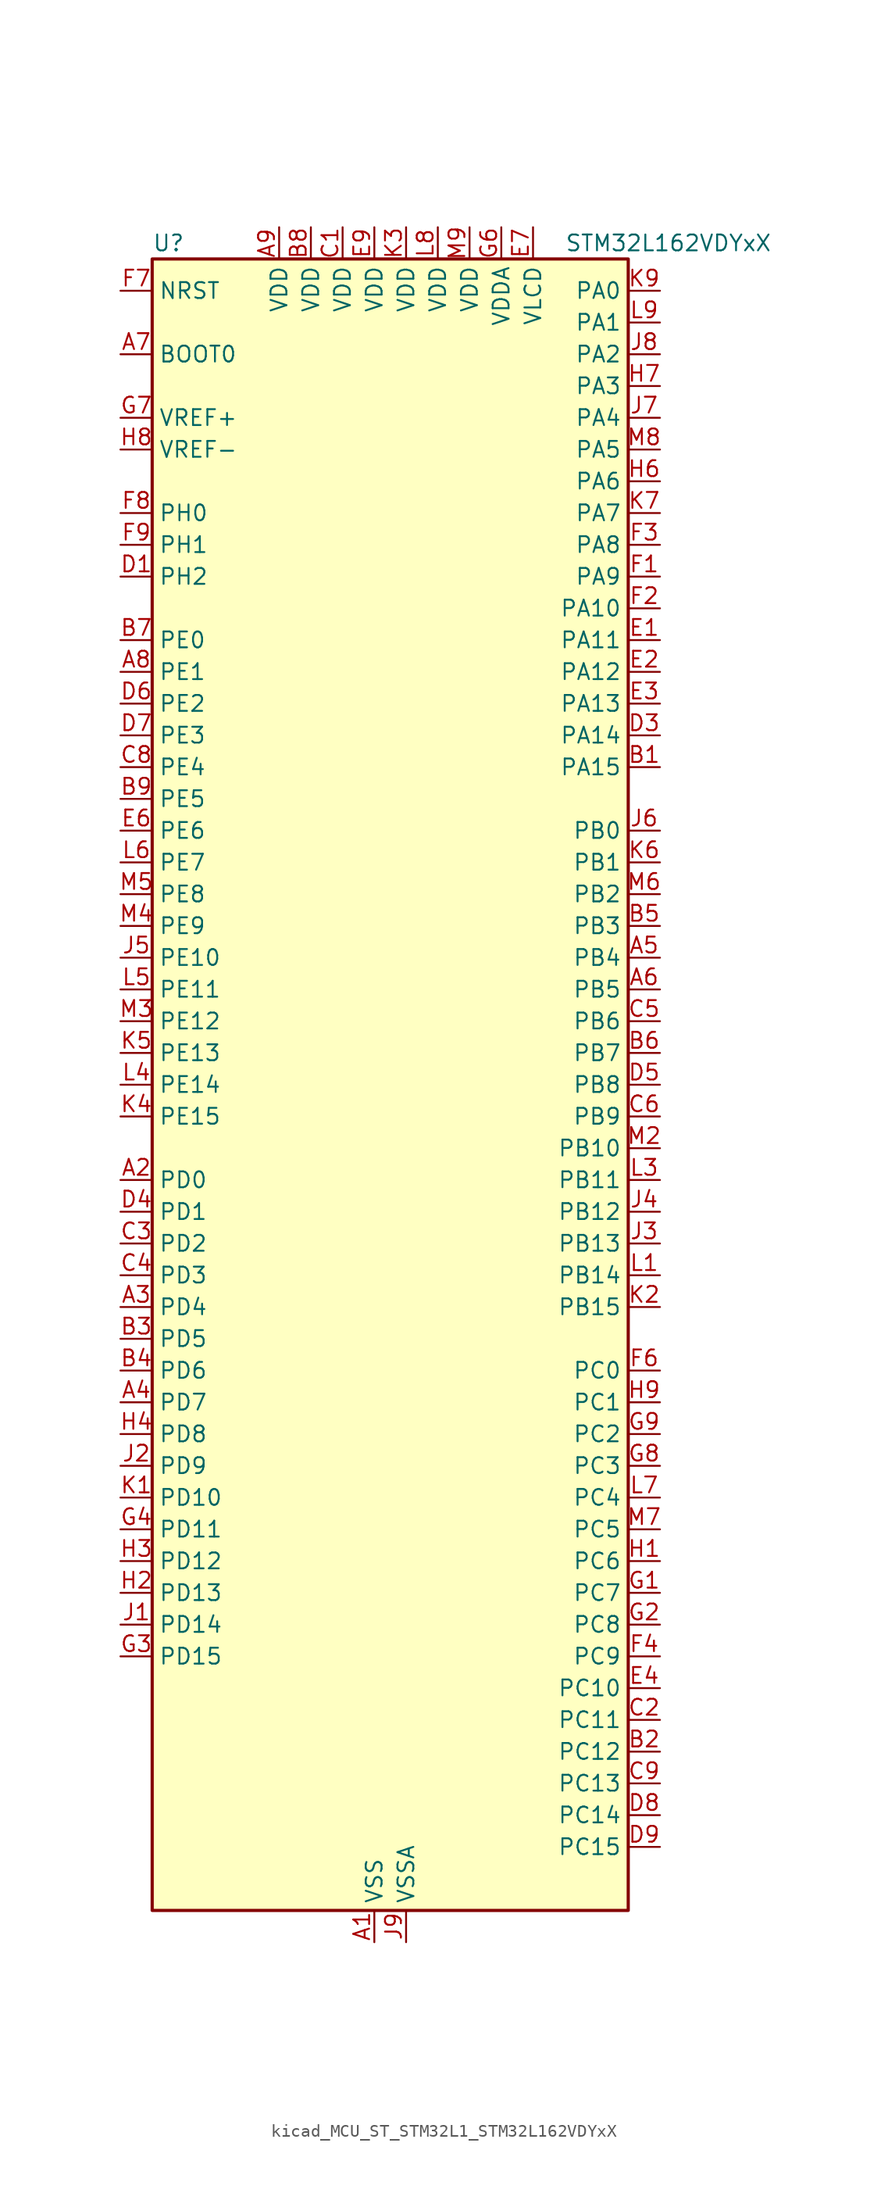
<source format=kicad_sym>
(kicad_symbol_lib
  (version 20220914)
  (generator kicad_symbol_editor)
  (symbol "kicad_MCU_ST_STM32L1_STM32L162VDYxX"
    (property "Reference" "U"
      (at -17.78 67.31 0)
      (effects (font (size 1.27 1.27)) (justify left)))
    (property "Value" "STM32L162VDYxX"
      (at 15.24 67.31 0)
      (effects (font (size 1.27 1.27)) (justify left)))
    (property "ki_locked" ""
      (at 0 0 0)
      (effects (font (size 1.27 1.27))))
    (symbol "kicad_MCU_ST_STM32L1_STM32L162VDYxX_0_1"
      (rectangle (start -17.78 -66.04) (end 20.32 66.04) (stroke (width 0.254) (type default)) (fill (type background))))
    (symbol "kicad_MCU_ST_STM32L1_STM32L162VDYxX_1_1"
      (pin power_in line (at 0 -68.58 90) (length 2.54) (name "VSS" (effects (font (size 1.27 1.27)))) (number "A1" (effects (font (size 1.27 1.27)))))
      (pin bidirectional line (at -20.32 -7.62 0) (length 2.54) (name "PD0" (effects (font (size 1.27 1.27)))) (number "A2" (effects (font (size 1.27 1.27)))) (alternate "I2S2_WS" bidirectional line) (alternate "SPI2_NSS" bidirectional line) (alternate "TIM9_CH1" bidirectional line) (alternate "TIMX_IC1" bidirectional line))
      (pin bidirectional line (at -20.32 -17.78 0) (length 2.54) (name "PD4" (effects (font (size 1.27 1.27)))) (number "A3" (effects (font (size 1.27 1.27)))) (alternate "I2S2_SD" bidirectional line) (alternate "SPI2_MOSI" bidirectional line) (alternate "TIMX_IC1" bidirectional line) (alternate "USART2_RTS" bidirectional line))
      (pin bidirectional line (at -20.32 -25.4 0) (length 2.54) (name "PD7" (effects (font (size 1.27 1.27)))) (number "A4" (effects (font (size 1.27 1.27)))) (alternate "TIM9_CH2" bidirectional line) (alternate "TIMX_IC4" bidirectional line) (alternate "USART2_CK" bidirectional line))
      (pin bidirectional line (at 22.86 10.16 180) (length 2.54) (name "PB4" (effects (font (size 1.27 1.27)))) (number "A5" (effects (font (size 1.27 1.27)))) (alternate "COMP2_INP" bidirectional line) (alternate "LCD_SEG8" bidirectional line) (alternate "SPI1_MISO" bidirectional line) (alternate "SPI3_MISO" bidirectional line) (alternate "SYS_JTRST" bidirectional line) (alternate "TIM3_CH1" bidirectional line) (alternate "TS_G6_IO1" bidirectional line))
      (pin bidirectional line (at 22.86 7.62 180) (length 2.54) (name "PB5" (effects (font (size 1.27 1.27)))) (number "A6" (effects (font (size 1.27 1.27)))) (alternate "COMP2_INP" bidirectional line) (alternate "I2C1_SMBA" bidirectional line) (alternate "I2S3_SD" bidirectional line) (alternate "LCD_SEG9" bidirectional line) (alternate "SPI1_MOSI" bidirectional line) (alternate "SPI3_MOSI" bidirectional line) (alternate "TIM3_CH2" bidirectional line) (alternate "TS_G6_IO2" bidirectional line))
      (pin input line (at -20.32 58.42 0) (length 2.54) (name "BOOT0" (effects (font (size 1.27 1.27)))) (number "A7" (effects (font (size 1.27 1.27)))))
      (pin bidirectional line (at -20.32 33.02 0) (length 2.54) (name "PE1" (effects (font (size 1.27 1.27)))) (number "A8" (effects (font (size 1.27 1.27)))) (alternate "LCD_SEG37" bidirectional line) (alternate "TIM11_CH1" bidirectional line) (alternate "TIMX_IC2" bidirectional line))
      (pin power_in line (at -7.62 68.58 270) (length 2.54) (name "VDD" (effects (font (size 1.27 1.27)))) (number "A9" (effects (font (size 1.27 1.27)))))
      (pin bidirectional line (at 22.86 25.4 180) (length 2.54) (name "PA15" (effects (font (size 1.27 1.27)))) (number "B1" (effects (font (size 1.27 1.27)))) (alternate "ADC_EXTI15" bidirectional line) (alternate "I2S3_WS" bidirectional line) (alternate "LCD_SEG17" bidirectional line) (alternate "SPI1_NSS" bidirectional line) (alternate "SPI3_NSS" bidirectional line) (alternate "SYS_JTDI" bidirectional line) (alternate "TIM2_CH1" bidirectional line) (alternate "TIM2_ETR" bidirectional line) (alternate "TIMX_IC4" bidirectional line) (alternate "TS_G5_IO3" bidirectional line))
      (pin bidirectional line (at 22.86 -53.34 180) (length 2.54) (name "PC12" (effects (font (size 1.27 1.27)))) (number "B2" (effects (font (size 1.27 1.27)))) (alternate "I2S3_SD" bidirectional line) (alternate "LCD_COM6" bidirectional line) (alternate "LCD_SEG30" bidirectional line) (alternate "LCD_SEG42" bidirectional line) (alternate "SPI3_MOSI" bidirectional line) (alternate "TIMX_IC1" bidirectional line) (alternate "UART5_TX" bidirectional line) (alternate "USART3_CK" bidirectional line))
      (pin bidirectional line (at -20.32 -20.32 0) (length 2.54) (name "PD5" (effects (font (size 1.27 1.27)))) (number "B3" (effects (font (size 1.27 1.27)))) (alternate "TIMX_IC2" bidirectional line) (alternate "USART2_TX" bidirectional line))
      (pin bidirectional line (at -20.32 -22.86 0) (length 2.54) (name "PD6" (effects (font (size 1.27 1.27)))) (number "B4" (effects (font (size 1.27 1.27)))) (alternate "TIMX_IC3" bidirectional line) (alternate "USART2_RX" bidirectional line))
      (pin bidirectional line (at 22.86 12.7 180) (length 2.54) (name "PB3" (effects (font (size 1.27 1.27)))) (number "B5" (effects (font (size 1.27 1.27)))) (alternate "COMP2_INM" bidirectional line) (alternate "I2S3_CK" bidirectional line) (alternate "LCD_SEG7" bidirectional line) (alternate "SPI1_SCK" bidirectional line) (alternate "SPI3_SCK" bidirectional line) (alternate "SYS_JTDO-TRACESWO" bidirectional line) (alternate "TIM2_CH2" bidirectional line))
      (pin bidirectional line (at 22.86 2.54 180) (length 2.54) (name "PB7" (effects (font (size 1.27 1.27)))) (number "B6" (effects (font (size 1.27 1.27)))) (alternate "COMP2_INP" bidirectional line) (alternate "I2C1_SDA" bidirectional line) (alternate "SYS_PVD_IN" bidirectional line) (alternate "TIM4_CH2" bidirectional line) (alternate "TS_G6_IO4" bidirectional line) (alternate "USART1_RX" bidirectional line))
      (pin bidirectional line (at -20.32 35.56 0) (length 2.54) (name "PE0" (effects (font (size 1.27 1.27)))) (number "B7" (effects (font (size 1.27 1.27)))) (alternate "LCD_SEG36" bidirectional line) (alternate "TIM10_CH1" bidirectional line) (alternate "TIM4_ETR" bidirectional line) (alternate "TIMX_IC1" bidirectional line))
      (pin power_in line (at -5.08 68.58 270) (length 2.54) (name "VDD" (effects (font (size 1.27 1.27)))) (number "B8" (effects (font (size 1.27 1.27)))))
      (pin bidirectional line (at -20.32 22.86 0) (length 2.54) (name "PE5" (effects (font (size 1.27 1.27)))) (number "B9" (effects (font (size 1.27 1.27)))) (alternate "SYS_TRACED2" bidirectional line) (alternate "TIM9_CH1" bidirectional line) (alternate "TIMX_IC2" bidirectional line))
      (pin power_in line (at -2.54 68.58 270) (length 2.54) (name "VDD" (effects (font (size 1.27 1.27)))) (number "C1" (effects (font (size 1.27 1.27)))))
      (pin bidirectional line (at 22.86 -50.8 180) (length 2.54) (name "PC11" (effects (font (size 1.27 1.27)))) (number "C2" (effects (font (size 1.27 1.27)))) (alternate "ADC_EXTI11" bidirectional line) (alternate "LCD_COM5" bidirectional line) (alternate "LCD_SEG29" bidirectional line) (alternate "LCD_SEG41" bidirectional line) (alternate "SPI3_MISO" bidirectional line) (alternate "TIMX_IC4" bidirectional line) (alternate "UART4_RX" bidirectional line) (alternate "USART3_RX" bidirectional line))
      (pin bidirectional line (at -20.32 -12.7 0) (length 2.54) (name "PD2" (effects (font (size 1.27 1.27)))) (number "C3" (effects (font (size 1.27 1.27)))) (alternate "LCD_COM7" bidirectional line) (alternate "LCD_SEG31" bidirectional line) (alternate "LCD_SEG43" bidirectional line) (alternate "TIM3_ETR" bidirectional line) (alternate "TIMX_IC3" bidirectional line) (alternate "UART5_RX" bidirectional line))
      (pin bidirectional line (at -20.32 -15.24 0) (length 2.54) (name "PD3" (effects (font (size 1.27 1.27)))) (number "C4" (effects (font (size 1.27 1.27)))) (alternate "SPI2_MISO" bidirectional line) (alternate "TIMX_IC4" bidirectional line) (alternate "USART2_CTS" bidirectional line))
      (pin bidirectional line (at 22.86 5.08 180) (length 2.54) (name "PB6" (effects (font (size 1.27 1.27)))) (number "C5" (effects (font (size 1.27 1.27)))) (alternate "COMP2_INP" bidirectional line) (alternate "I2C1_SCL" bidirectional line) (alternate "TIM4_CH1" bidirectional line) (alternate "TS_G6_IO3" bidirectional line) (alternate "USART1_TX" bidirectional line))
      (pin bidirectional line (at 22.86 -2.54 180) (length 2.54) (name "PB9" (effects (font (size 1.27 1.27)))) (number "C6" (effects (font (size 1.27 1.27)))) (alternate "DAC_EXTI9" bidirectional line) (alternate "I2C1_SDA" bidirectional line) (alternate "LCD_COM3" bidirectional line) (alternate "TIM11_CH1" bidirectional line) (alternate "TIM4_CH4" bidirectional line))
      (pin passive line (at 0 -68.58 90) (length 2.54) hide (name "VSS" (effects (font (size 1.27 1.27)))) (number "C7" (effects (font (size 1.27 1.27)))))
      (pin bidirectional line (at -20.32 25.4 0) (length 2.54) (name "PE4" (effects (font (size 1.27 1.27)))) (number "C8" (effects (font (size 1.27 1.27)))) (alternate "SYS_TRACED1" bidirectional line) (alternate "TIM3_CH2" bidirectional line) (alternate "TIMX_IC1" bidirectional line))
      (pin bidirectional line (at 22.86 -55.88 180) (length 2.54) (name "PC13" (effects (font (size 1.27 1.27)))) (number "C9" (effects (font (size 1.27 1.27)))) (alternate "RTC_OUT_ALARM" bidirectional line) (alternate "RTC_OUT_CALIB" bidirectional line) (alternate "RTC_TAMP1" bidirectional line) (alternate "RTC_TS" bidirectional line) (alternate "SYS_WKUP2" bidirectional line) (alternate "TIMX_IC2" bidirectional line))
      (pin bidirectional line (at -20.32 40.64 0) (length 2.54) (name "PH2" (effects (font (size 1.27 1.27)))) (number "D1" (effects (font (size 1.27 1.27)))))
      (pin passive line (at 0 -68.58 90) (length 2.54) hide (name "VSS" (effects (font (size 1.27 1.27)))) (number "D2" (effects (font (size 1.27 1.27)))))
      (pin bidirectional line (at 22.86 27.94 180) (length 2.54) (name "PA14" (effects (font (size 1.27 1.27)))) (number "D3" (effects (font (size 1.27 1.27)))) (alternate "SYS_JTCK-SWCLK" bidirectional line) (alternate "TIMX_IC3" bidirectional line) (alternate "TS_G5_IO2" bidirectional line))
      (pin bidirectional line (at -20.32 -10.16 0) (length 2.54) (name "PD1" (effects (font (size 1.27 1.27)))) (number "D4" (effects (font (size 1.27 1.27)))) (alternate "I2S2_CK" bidirectional line) (alternate "SPI2_SCK" bidirectional line) (alternate "TIMX_IC2" bidirectional line))
      (pin bidirectional line (at 22.86 0 180) (length 2.54) (name "PB8" (effects (font (size 1.27 1.27)))) (number "D5" (effects (font (size 1.27 1.27)))) (alternate "I2C1_SCL" bidirectional line) (alternate "LCD_SEG16" bidirectional line) (alternate "TIM10_CH1" bidirectional line) (alternate "TIM4_CH3" bidirectional line))
      (pin bidirectional line (at -20.32 30.48 0) (length 2.54) (name "PE2" (effects (font (size 1.27 1.27)))) (number "D6" (effects (font (size 1.27 1.27)))) (alternate "LCD_SEG38" bidirectional line) (alternate "SYS_TRACECK" bidirectional line) (alternate "TIM3_ETR" bidirectional line) (alternate "TIMX_IC3" bidirectional line))
      (pin bidirectional line (at -20.32 27.94 0) (length 2.54) (name "PE3" (effects (font (size 1.27 1.27)))) (number "D7" (effects (font (size 1.27 1.27)))) (alternate "LCD_SEG39" bidirectional line) (alternate "SYS_TRACED0" bidirectional line) (alternate "TIM3_CH1" bidirectional line) (alternate "TIMX_IC4" bidirectional line))
      (pin bidirectional line (at 22.86 -58.42 180) (length 2.54) (name "PC14" (effects (font (size 1.27 1.27)))) (number "D8" (effects (font (size 1.27 1.27)))) (alternate "RCC_OSC32_IN" bidirectional line) (alternate "TIMX_IC3" bidirectional line))
      (pin bidirectional line (at 22.86 -60.96 180) (length 2.54) (name "PC15" (effects (font (size 1.27 1.27)))) (number "D9" (effects (font (size 1.27 1.27)))) (alternate "ADC_EXTI15" bidirectional line) (alternate "RCC_OSC32_OUT" bidirectional line) (alternate "TIMX_IC4" bidirectional line))
      (pin bidirectional line (at 22.86 35.56 180) (length 2.54) (name "PA11" (effects (font (size 1.27 1.27)))) (number "E1" (effects (font (size 1.27 1.27)))) (alternate "ADC_EXTI11" bidirectional line) (alternate "SPI1_MISO" bidirectional line) (alternate "TIMX_IC4" bidirectional line) (alternate "USART1_CTS" bidirectional line) (alternate "USB_DM" bidirectional line))
      (pin bidirectional line (at 22.86 33.02 180) (length 2.54) (name "PA12" (effects (font (size 1.27 1.27)))) (number "E2" (effects (font (size 1.27 1.27)))) (alternate "SPI1_MOSI" bidirectional line) (alternate "TIMX_IC1" bidirectional line) (alternate "USART1_RTS" bidirectional line) (alternate "USB_DP" bidirectional line))
      (pin bidirectional line (at 22.86 30.48 180) (length 2.54) (name "PA13" (effects (font (size 1.27 1.27)))) (number "E3" (effects (font (size 1.27 1.27)))) (alternate "SYS_JTMS-SWDIO" bidirectional line) (alternate "TIMX_IC2" bidirectional line) (alternate "TS_G5_IO1" bidirectional line))
      (pin bidirectional line (at 22.86 -48.26 180) (length 2.54) (name "PC10" (effects (font (size 1.27 1.27)))) (number "E4" (effects (font (size 1.27 1.27)))) (alternate "I2S3_CK" bidirectional line) (alternate "LCD_COM4" bidirectional line) (alternate "LCD_SEG28" bidirectional line) (alternate "LCD_SEG40" bidirectional line) (alternate "SPI3_SCK" bidirectional line) (alternate "TIMX_IC3" bidirectional line) (alternate "UART4_TX" bidirectional line) (alternate "USART3_TX" bidirectional line))
      (pin bidirectional line (at -20.32 20.32 0) (length 2.54) (name "PE6" (effects (font (size 1.27 1.27)))) (number "E6" (effects (font (size 1.27 1.27)))) (alternate "RTC_TAMP3" bidirectional line) (alternate "SYS_TRACED3" bidirectional line) (alternate "SYS_WKUP3" bidirectional line) (alternate "TIM9_CH2" bidirectional line) (alternate "TIMX_IC3" bidirectional line))
      (pin power_in line (at 12.7 68.58 270) (length 2.54) (name "VLCD" (effects (font (size 1.27 1.27)))) (number "E7" (effects (font (size 1.27 1.27)))))
      (pin passive line (at 0 -68.58 90) (length 2.54) hide (name "VSS" (effects (font (size 1.27 1.27)))) (number "E8" (effects (font (size 1.27 1.27)))))
      (pin power_in line (at 0 68.58 270) (length 2.54) (name "VDD" (effects (font (size 1.27 1.27)))) (number "E9" (effects (font (size 1.27 1.27)))))
      (pin bidirectional line (at 22.86 40.64 180) (length 2.54) (name "PA9" (effects (font (size 1.27 1.27)))) (number "F1" (effects (font (size 1.27 1.27)))) (alternate "DAC_EXTI9" bidirectional line) (alternate "LCD_COM1" bidirectional line) (alternate "TIMX_IC2" bidirectional line) (alternate "TS_G4_IO2" bidirectional line) (alternate "USART1_TX" bidirectional line))
      (pin bidirectional line (at 22.86 38.1 180) (length 2.54) (name "PA10" (effects (font (size 1.27 1.27)))) (number "F2" (effects (font (size 1.27 1.27)))) (alternate "LCD_COM2" bidirectional line) (alternate "TIMX_IC3" bidirectional line) (alternate "TS_G4_IO3" bidirectional line) (alternate "USART1_RX" bidirectional line))
      (pin bidirectional line (at 22.86 43.18 180) (length 2.54) (name "PA8" (effects (font (size 1.27 1.27)))) (number "F3" (effects (font (size 1.27 1.27)))) (alternate "LCD_COM0" bidirectional line) (alternate "RCC_MCO" bidirectional line) (alternate "TIMX_IC1" bidirectional line) (alternate "TS_G4_IO1" bidirectional line) (alternate "USART1_CK" bidirectional line))
      (pin bidirectional line (at 22.86 -45.72 180) (length 2.54) (name "PC9" (effects (font (size 1.27 1.27)))) (number "F4" (effects (font (size 1.27 1.27)))) (alternate "DAC_EXTI9" bidirectional line) (alternate "LCD_SEG27" bidirectional line) (alternate "TIM3_CH4" bidirectional line) (alternate "TIMX_IC2" bidirectional line) (alternate "TS_G10_IO4" bidirectional line))
      (pin bidirectional line (at 22.86 -22.86 180) (length 2.54) (name "PC0" (effects (font (size 1.27 1.27)))) (number "F6" (effects (font (size 1.27 1.27)))) (alternate "ADC_IN10" bidirectional line) (alternate "COMP1_INP" bidirectional line) (alternate "LCD_SEG18" bidirectional line) (alternate "TIMX_IC1" bidirectional line) (alternate "TS_G8_IO1" bidirectional line))
      (pin input line (at -20.32 63.5 0) (length 2.54) (name "NRST" (effects (font (size 1.27 1.27)))) (number "F7" (effects (font (size 1.27 1.27)))))
      (pin bidirectional line (at -20.32 45.72 0) (length 2.54) (name "PH0" (effects (font (size 1.27 1.27)))) (number "F8" (effects (font (size 1.27 1.27)))) (alternate "RCC_OSC_IN" bidirectional line))
      (pin bidirectional line (at -20.32 43.18 0) (length 2.54) (name "PH1" (effects (font (size 1.27 1.27)))) (number "F9" (effects (font (size 1.27 1.27)))) (alternate "RCC_OSC_OUT" bidirectional line))
      (pin bidirectional line (at 22.86 -40.64 180) (length 2.54) (name "PC7" (effects (font (size 1.27 1.27)))) (number "G1" (effects (font (size 1.27 1.27)))) (alternate "I2S3_MCK" bidirectional line) (alternate "LCD_SEG25" bidirectional line) (alternate "TIM3_CH2" bidirectional line) (alternate "TIMX_IC4" bidirectional line) (alternate "TS_G10_IO2" bidirectional line))
      (pin bidirectional line (at 22.86 -43.18 180) (length 2.54) (name "PC8" (effects (font (size 1.27 1.27)))) (number "G2" (effects (font (size 1.27 1.27)))) (alternate "LCD_SEG26" bidirectional line) (alternate "TIM3_CH3" bidirectional line) (alternate "TIMX_IC1" bidirectional line) (alternate "TS_G10_IO3" bidirectional line))
      (pin bidirectional line (at -20.32 -45.72 0) (length 2.54) (name "PD15" (effects (font (size 1.27 1.27)))) (number "G3" (effects (font (size 1.27 1.27)))) (alternate "ADC_EXTI15" bidirectional line) (alternate "LCD_SEG35" bidirectional line) (alternate "TIM4_CH4" bidirectional line) (alternate "TIMX_IC4" bidirectional line))
      (pin bidirectional line (at -20.32 -35.56 0) (length 2.54) (name "PD11" (effects (font (size 1.27 1.27)))) (number "G4" (effects (font (size 1.27 1.27)))) (alternate "ADC_EXTI11" bidirectional line) (alternate "LCD_SEG31" bidirectional line) (alternate "TIMX_IC4" bidirectional line) (alternate "USART3_CTS" bidirectional line))
      (pin power_in line (at 10.16 68.58 270) (length 2.54) (name "VDDA" (effects (font (size 1.27 1.27)))) (number "G6" (effects (font (size 1.27 1.27)))))
      (pin input line (at -20.32 53.34 0) (length 2.54) (name "VREF+" (effects (font (size 1.27 1.27)))) (number "G7" (effects (font (size 1.27 1.27)))))
      (pin bidirectional line (at 22.86 -30.48 180) (length 2.54) (name "PC3" (effects (font (size 1.27 1.27)))) (number "G8" (effects (font (size 1.27 1.27)))) (alternate "ADC_IN13" bidirectional line) (alternate "COMP1_INP" bidirectional line) (alternate "LCD_SEG21" bidirectional line) (alternate "TIMX_IC4" bidirectional line) (alternate "TS_G8_IO4" bidirectional line))
      (pin bidirectional line (at 22.86 -27.94 180) (length 2.54) (name "PC2" (effects (font (size 1.27 1.27)))) (number "G9" (effects (font (size 1.27 1.27)))) (alternate "ADC_IN12" bidirectional line) (alternate "COMP1_INP" bidirectional line) (alternate "LCD_SEG20" bidirectional line) (alternate "TIMX_IC3" bidirectional line) (alternate "TS_G8_IO3" bidirectional line))
      (pin bidirectional line (at 22.86 -38.1 180) (length 2.54) (name "PC6" (effects (font (size 1.27 1.27)))) (number "H1" (effects (font (size 1.27 1.27)))) (alternate "I2S2_MCK" bidirectional line) (alternate "LCD_SEG24" bidirectional line) (alternate "TIM3_CH1" bidirectional line) (alternate "TIMX_IC3" bidirectional line) (alternate "TS_G10_IO1" bidirectional line))
      (pin bidirectional line (at -20.32 -40.64 0) (length 2.54) (name "PD13" (effects (font (size 1.27 1.27)))) (number "H2" (effects (font (size 1.27 1.27)))) (alternate "LCD_SEG33" bidirectional line) (alternate "TIM4_CH2" bidirectional line) (alternate "TIMX_IC2" bidirectional line))
      (pin bidirectional line (at -20.32 -38.1 0) (length 2.54) (name "PD12" (effects (font (size 1.27 1.27)))) (number "H3" (effects (font (size 1.27 1.27)))) (alternate "LCD_SEG32" bidirectional line) (alternate "TIM4_CH1" bidirectional line) (alternate "TIMX_IC1" bidirectional line) (alternate "USART3_RTS" bidirectional line))
      (pin bidirectional line (at -20.32 -27.94 0) (length 2.54) (name "PD8" (effects (font (size 1.27 1.27)))) (number "H4" (effects (font (size 1.27 1.27)))) (alternate "LCD_SEG28" bidirectional line) (alternate "TIMX_IC1" bidirectional line) (alternate "USART3_TX" bidirectional line))
      (pin bidirectional line (at 22.86 48.26 180) (length 2.54) (name "PA6" (effects (font (size 1.27 1.27)))) (number "H6" (effects (font (size 1.27 1.27)))) (alternate "ADC_IN6" bidirectional line) (alternate "COMP1_INP" bidirectional line) (alternate "LCD_SEG3" bidirectional line) (alternate "OPAMP2_VINP" bidirectional line) (alternate "SPI1_MISO" bidirectional line) (alternate "TIM10_CH1" bidirectional line) (alternate "TIM3_CH1" bidirectional line) (alternate "TIMX_IC3" bidirectional line) (alternate "TS_G2_IO1" bidirectional line))
      (pin bidirectional line (at 22.86 55.88 180) (length 2.54) (name "PA3" (effects (font (size 1.27 1.27)))) (number "H7" (effects (font (size 1.27 1.27)))) (alternate "ADC_IN3" bidirectional line) (alternate "COMP1_INP" bidirectional line) (alternate "LCD_SEG2" bidirectional line) (alternate "OPAMP1_VOUT" bidirectional line) (alternate "TIM2_CH4" bidirectional line) (alternate "TIM5_CH4" bidirectional line) (alternate "TIM9_CH2" bidirectional line) (alternate "TIMX_IC4" bidirectional line) (alternate "TS_G1_IO4" bidirectional line) (alternate "USART2_RX" bidirectional line))
      (pin input line (at -20.32 50.8 0) (length 2.54) (name "VREF-" (effects (font (size 1.27 1.27)))) (number "H8" (effects (font (size 1.27 1.27)))))
      (pin bidirectional line (at 22.86 -25.4 180) (length 2.54) (name "PC1" (effects (font (size 1.27 1.27)))) (number "H9" (effects (font (size 1.27 1.27)))) (alternate "ADC_IN11" bidirectional line) (alternate "COMP1_INP" bidirectional line) (alternate "LCD_SEG19" bidirectional line) (alternate "TIMX_IC2" bidirectional line) (alternate "TS_G8_IO2" bidirectional line))
      (pin bidirectional line (at -20.32 -43.18 0) (length 2.54) (name "PD14" (effects (font (size 1.27 1.27)))) (number "J1" (effects (font (size 1.27 1.27)))) (alternate "LCD_SEG34" bidirectional line) (alternate "TIM4_CH3" bidirectional line) (alternate "TIMX_IC3" bidirectional line))
      (pin bidirectional line (at -20.32 -30.48 0) (length 2.54) (name "PD9" (effects (font (size 1.27 1.27)))) (number "J2" (effects (font (size 1.27 1.27)))) (alternate "DAC_EXTI9" bidirectional line) (alternate "LCD_SEG29" bidirectional line) (alternate "TIMX_IC2" bidirectional line) (alternate "USART3_RX" bidirectional line))
      (pin bidirectional line (at 22.86 -12.7 180) (length 2.54) (name "PB13" (effects (font (size 1.27 1.27)))) (number "J3" (effects (font (size 1.27 1.27)))) (alternate "ADC_IN19" bidirectional line) (alternate "COMP1_INP" bidirectional line) (alternate "I2S2_CK" bidirectional line) (alternate "LCD_SEG13" bidirectional line) (alternate "SPI2_SCK" bidirectional line) (alternate "TIM9_CH1" bidirectional line) (alternate "TS_G7_IO2" bidirectional line) (alternate "USART3_CTS" bidirectional line))
      (pin bidirectional line (at 22.86 -10.16 180) (length 2.54) (name "PB12" (effects (font (size 1.27 1.27)))) (number "J4" (effects (font (size 1.27 1.27)))) (alternate "ADC_IN18" bidirectional line) (alternate "COMP1_INP" bidirectional line) (alternate "I2C2_SMBA" bidirectional line) (alternate "I2S2_WS" bidirectional line) (alternate "LCD_SEG12" bidirectional line) (alternate "SPI2_NSS" bidirectional line) (alternate "TIM10_CH1" bidirectional line) (alternate "TS_G7_IO1" bidirectional line) (alternate "USART3_CK" bidirectional line))
      (pin bidirectional line (at -20.32 10.16 0) (length 2.54) (name "PE10" (effects (font (size 1.27 1.27)))) (number "J5" (effects (font (size 1.27 1.27)))) (alternate "ADC_IN25" bidirectional line) (alternate "COMP1_INP" bidirectional line) (alternate "TIM2_CH2" bidirectional line) (alternate "TIMX_IC3" bidirectional line))
      (pin bidirectional line (at 22.86 20.32 180) (length 2.54) (name "PB0" (effects (font (size 1.27 1.27)))) (number "J6" (effects (font (size 1.27 1.27)))) (alternate "ADC_IN8" bidirectional line) (alternate "COMP1_INP" bidirectional line) (alternate "LCD_SEG5" bidirectional line) (alternate "OPAMP2_VOUT" bidirectional line) (alternate "SYS_V_REF_OUT" bidirectional line) (alternate "TIM3_CH3" bidirectional line) (alternate "TS_G3_IO1" bidirectional line))
      (pin bidirectional line (at 22.86 53.34 180) (length 2.54) (name "PA4" (effects (font (size 1.27 1.27)))) (number "J7" (effects (font (size 1.27 1.27)))) (alternate "ADC_IN4" bidirectional line) (alternate "COMP1_INP" bidirectional line) (alternate "DAC_OUT1" bidirectional line) (alternate "I2S3_WS" bidirectional line) (alternate "SPI1_NSS" bidirectional line) (alternate "SPI3_NSS" bidirectional line) (alternate "TIMX_IC1" bidirectional line) (alternate "USART2_CK" bidirectional line))
      (pin bidirectional line (at 22.86 58.42 180) (length 2.54) (name "PA2" (effects (font (size 1.27 1.27)))) (number "J8" (effects (font (size 1.27 1.27)))) (alternate "ADC_IN2" bidirectional line) (alternate "COMP1_INP" bidirectional line) (alternate "LCD_SEG1" bidirectional line) (alternate "OPAMP1_VINM" bidirectional line) (alternate "TIM2_CH3" bidirectional line) (alternate "TIM5_CH3" bidirectional line) (alternate "TIM9_CH1" bidirectional line) (alternate "TIMX_IC3" bidirectional line) (alternate "TS_G1_IO3" bidirectional line) (alternate "USART2_TX" bidirectional line))
      (pin power_in line (at 2.54 -68.58 90) (length 2.54) (name "VSSA" (effects (font (size 1.27 1.27)))) (number "J9" (effects (font (size 1.27 1.27)))))
      (pin bidirectional line (at -20.32 -33.02 0) (length 2.54) (name "PD10" (effects (font (size 1.27 1.27)))) (number "K1" (effects (font (size 1.27 1.27)))) (alternate "LCD_SEG30" bidirectional line) (alternate "TIMX_IC3" bidirectional line) (alternate "USART3_CK" bidirectional line))
      (pin bidirectional line (at 22.86 -17.78 180) (length 2.54) (name "PB15" (effects (font (size 1.27 1.27)))) (number "K2" (effects (font (size 1.27 1.27)))) (alternate "ADC_EXTI15" bidirectional line) (alternate "ADC_IN21" bidirectional line) (alternate "COMP1_INP" bidirectional line) (alternate "I2S2_SD" bidirectional line) (alternate "LCD_SEG15" bidirectional line) (alternate "RTC_REFIN" bidirectional line) (alternate "SPI2_MOSI" bidirectional line) (alternate "TIM11_CH1" bidirectional line) (alternate "TS_G7_IO4" bidirectional line))
      (pin power_in line (at 2.54 68.58 270) (length 2.54) (name "VDD" (effects (font (size 1.27 1.27)))) (number "K3" (effects (font (size 1.27 1.27)))))
      (pin bidirectional line (at -20.32 -2.54 0) (length 2.54) (name "PE15" (effects (font (size 1.27 1.27)))) (number "K4" (effects (font (size 1.27 1.27)))) (alternate "ADC_EXTI15" bidirectional line) (alternate "SPI1_MOSI" bidirectional line) (alternate "TIMX_IC4" bidirectional line))
      (pin bidirectional line (at -20.32 2.54 0) (length 2.54) (name "PE13" (effects (font (size 1.27 1.27)))) (number "K5" (effects (font (size 1.27 1.27)))) (alternate "SPI1_SCK" bidirectional line) (alternate "TIMX_IC2" bidirectional line))
      (pin bidirectional line (at 22.86 17.78 180) (length 2.54) (name "PB1" (effects (font (size 1.27 1.27)))) (number "K6" (effects (font (size 1.27 1.27)))) (alternate "ADC_IN9" bidirectional line) (alternate "COMP1_INP" bidirectional line) (alternate "LCD_SEG6" bidirectional line) (alternate "SYS_V_REF_OUT" bidirectional line) (alternate "TIM3_CH4" bidirectional line) (alternate "TS_G3_IO2" bidirectional line))
      (pin bidirectional line (at 22.86 45.72 180) (length 2.54) (name "PA7" (effects (font (size 1.27 1.27)))) (number "K7" (effects (font (size 1.27 1.27)))) (alternate "ADC_IN7" bidirectional line) (alternate "COMP1_INP" bidirectional line) (alternate "LCD_SEG4" bidirectional line) (alternate "OPAMP2_VINM" bidirectional line) (alternate "SPI1_MOSI" bidirectional line) (alternate "TIM11_CH1" bidirectional line) (alternate "TIM3_CH2" bidirectional line) (alternate "TIMX_IC4" bidirectional line) (alternate "TS_G2_IO2" bidirectional line))
      (pin passive line (at 0 -68.58 90) (length 2.54) hide (name "VSS" (effects (font (size 1.27 1.27)))) (number "K8" (effects (font (size 1.27 1.27)))))
      (pin bidirectional line (at 22.86 63.5 180) (length 2.54) (name "PA0" (effects (font (size 1.27 1.27)))) (number "K9" (effects (font (size 1.27 1.27)))) (alternate "ADC_IN0" bidirectional line) (alternate "COMP1_INP" bidirectional line) (alternate "RTC_TAMP2" bidirectional line) (alternate "SYS_WKUP1" bidirectional line) (alternate "TIM2_CH1" bidirectional line) (alternate "TIM2_ETR" bidirectional line) (alternate "TIM5_CH1" bidirectional line) (alternate "TIMX_IC1" bidirectional line) (alternate "TS_G1_IO1" bidirectional line) (alternate "USART2_CTS" bidirectional line))
      (pin bidirectional line (at 22.86 -15.24 180) (length 2.54) (name "PB14" (effects (font (size 1.27 1.27)))) (number "L1" (effects (font (size 1.27 1.27)))) (alternate "ADC_IN20" bidirectional line) (alternate "COMP1_INP" bidirectional line) (alternate "LCD_SEG14" bidirectional line) (alternate "SPI2_MISO" bidirectional line) (alternate "TIM9_CH2" bidirectional line) (alternate "TS_G7_IO3" bidirectional line) (alternate "USART3_RTS" bidirectional line))
      (pin passive line (at 0 -68.58 90) (length 2.54) hide (name "VSS" (effects (font (size 1.27 1.27)))) (number "L2" (effects (font (size 1.27 1.27)))))
      (pin bidirectional line (at 22.86 -7.62 180) (length 2.54) (name "PB11" (effects (font (size 1.27 1.27)))) (number "L3" (effects (font (size 1.27 1.27)))) (alternate "ADC_EXTI11" bidirectional line) (alternate "I2C2_SDA" bidirectional line) (alternate "LCD_SEG11" bidirectional line) (alternate "TIM2_CH4" bidirectional line) (alternate "USART3_RX" bidirectional line))
      (pin bidirectional line (at -20.32 0 0) (length 2.54) (name "PE14" (effects (font (size 1.27 1.27)))) (number "L4" (effects (font (size 1.27 1.27)))) (alternate "SPI1_MISO" bidirectional line) (alternate "TIMX_IC3" bidirectional line))
      (pin bidirectional line (at -20.32 7.62 0) (length 2.54) (name "PE11" (effects (font (size 1.27 1.27)))) (number "L5" (effects (font (size 1.27 1.27)))) (alternate "ADC_EXTI11" bidirectional line) (alternate "TIM2_CH3" bidirectional line) (alternate "TIMX_IC4" bidirectional line))
      (pin bidirectional line (at -20.32 17.78 0) (length 2.54) (name "PE7" (effects (font (size 1.27 1.27)))) (number "L6" (effects (font (size 1.27 1.27)))) (alternate "ADC_IN22" bidirectional line) (alternate "COMP1_INP" bidirectional line) (alternate "TIMX_IC4" bidirectional line))
      (pin bidirectional line (at 22.86 -33.02 180) (length 2.54) (name "PC4" (effects (font (size 1.27 1.27)))) (number "L7" (effects (font (size 1.27 1.27)))) (alternate "ADC_IN14" bidirectional line) (alternate "COMP1_INP" bidirectional line) (alternate "LCD_SEG22" bidirectional line) (alternate "TIMX_IC1" bidirectional line) (alternate "TS_G9_IO1" bidirectional line))
      (pin power_in line (at 5.08 68.58 270) (length 2.54) (name "VDD" (effects (font (size 1.27 1.27)))) (number "L8" (effects (font (size 1.27 1.27)))))
      (pin bidirectional line (at 22.86 60.96 180) (length 2.54) (name "PA1" (effects (font (size 1.27 1.27)))) (number "L9" (effects (font (size 1.27 1.27)))) (alternate "ADC_IN1" bidirectional line) (alternate "COMP1_INP" bidirectional line) (alternate "LCD_SEG0" bidirectional line) (alternate "OPAMP1_VINP" bidirectional line) (alternate "TIM2_CH2" bidirectional line) (alternate "TIM5_CH2" bidirectional line) (alternate "TIMX_IC2" bidirectional line) (alternate "TS_G1_IO2" bidirectional line) (alternate "USART2_RTS" bidirectional line))
      (pin passive line (at 0 -68.58 90) (length 2.54) hide (name "VSS" (effects (font (size 1.27 1.27)))) (number "M1" (effects (font (size 1.27 1.27)))))
      (pin bidirectional line (at 22.86 -5.08 180) (length 2.54) (name "PB10" (effects (font (size 1.27 1.27)))) (number "M2" (effects (font (size 1.27 1.27)))) (alternate "I2C2_SCL" bidirectional line) (alternate "LCD_SEG10" bidirectional line) (alternate "TIM2_CH3" bidirectional line) (alternate "USART3_TX" bidirectional line))
      (pin bidirectional line (at -20.32 5.08 0) (length 2.54) (name "PE12" (effects (font (size 1.27 1.27)))) (number "M3" (effects (font (size 1.27 1.27)))) (alternate "SPI1_NSS" bidirectional line) (alternate "TIM2_CH4" bidirectional line) (alternate "TIMX_IC1" bidirectional line))
      (pin bidirectional line (at -20.32 12.7 0) (length 2.54) (name "PE9" (effects (font (size 1.27 1.27)))) (number "M4" (effects (font (size 1.27 1.27)))) (alternate "ADC_IN24" bidirectional line) (alternate "COMP1_INP" bidirectional line) (alternate "DAC_EXTI9" bidirectional line) (alternate "TIM2_CH1" bidirectional line) (alternate "TIM2_ETR" bidirectional line) (alternate "TIMX_IC2" bidirectional line))
      (pin bidirectional line (at -20.32 15.24 0) (length 2.54) (name "PE8" (effects (font (size 1.27 1.27)))) (number "M5" (effects (font (size 1.27 1.27)))) (alternate "ADC_IN23" bidirectional line) (alternate "COMP1_INP" bidirectional line) (alternate "TIMX_IC1" bidirectional line))
      (pin bidirectional line (at 22.86 15.24 180) (length 2.54) (name "PB2" (effects (font (size 1.27 1.27)))) (number "M6" (effects (font (size 1.27 1.27)))) (alternate "ADC_IN0b" bidirectional line) (alternate "TS_G3_IO3" bidirectional line))
      (pin bidirectional line (at 22.86 -35.56 180) (length 2.54) (name "PC5" (effects (font (size 1.27 1.27)))) (number "M7" (effects (font (size 1.27 1.27)))) (alternate "ADC_IN15" bidirectional line) (alternate "COMP1_INP" bidirectional line) (alternate "LCD_SEG23" bidirectional line) (alternate "TIMX_IC2" bidirectional line) (alternate "TS_G9_IO2" bidirectional line))
      (pin bidirectional line (at 22.86 50.8 180) (length 2.54) (name "PA5" (effects (font (size 1.27 1.27)))) (number "M8" (effects (font (size 1.27 1.27)))) (alternate "ADC_IN5" bidirectional line) (alternate "COMP1_INP" bidirectional line) (alternate "DAC_OUT2" bidirectional line) (alternate "SPI1_SCK" bidirectional line) (alternate "TIM2_CH1" bidirectional line) (alternate "TIM2_ETR" bidirectional line) (alternate "TIMX_IC2" bidirectional line))
      (pin power_in line (at 7.62 68.58 270) (length 2.54) (name "VDD" (effects (font (size 1.27 1.27)))) (number "M9" (effects (font (size 1.27 1.27))))))))
</source>
